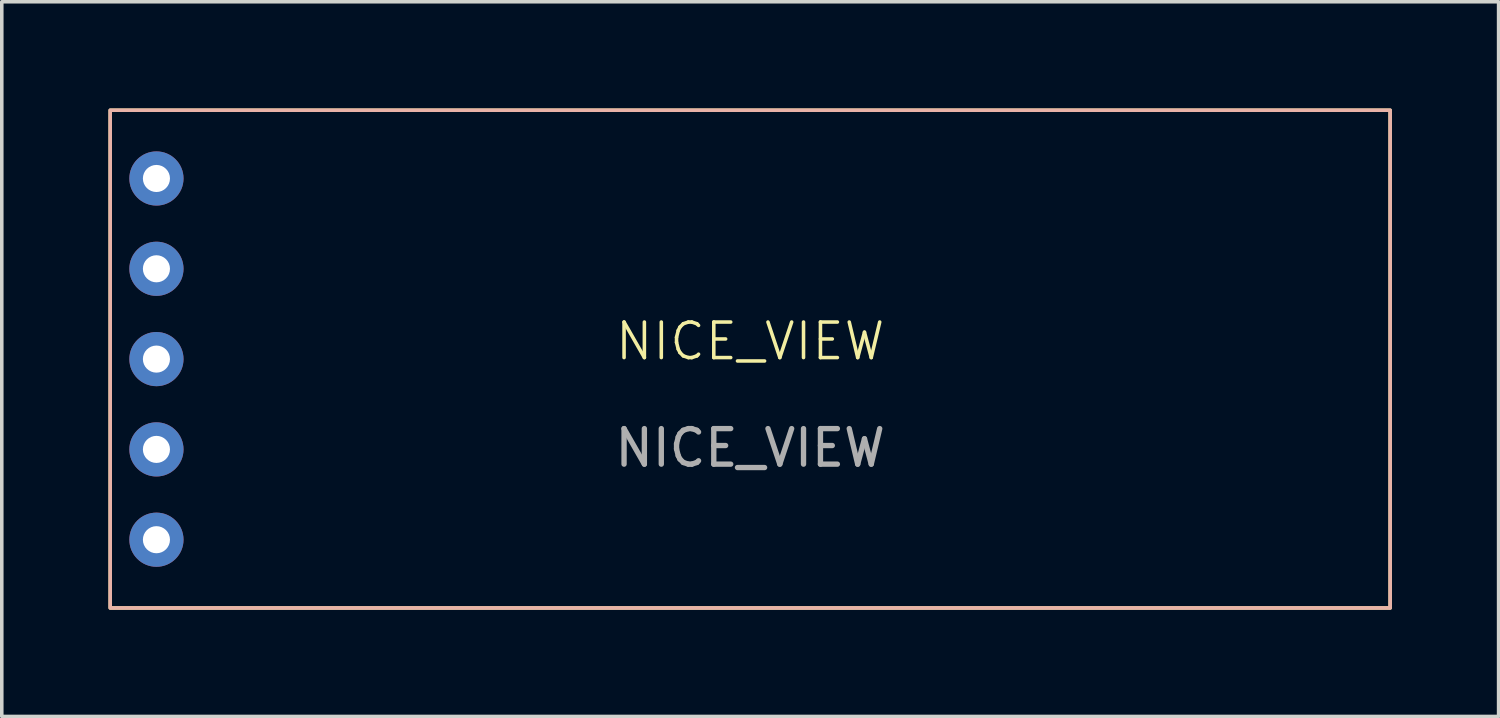
<source format=kicad_pcb>
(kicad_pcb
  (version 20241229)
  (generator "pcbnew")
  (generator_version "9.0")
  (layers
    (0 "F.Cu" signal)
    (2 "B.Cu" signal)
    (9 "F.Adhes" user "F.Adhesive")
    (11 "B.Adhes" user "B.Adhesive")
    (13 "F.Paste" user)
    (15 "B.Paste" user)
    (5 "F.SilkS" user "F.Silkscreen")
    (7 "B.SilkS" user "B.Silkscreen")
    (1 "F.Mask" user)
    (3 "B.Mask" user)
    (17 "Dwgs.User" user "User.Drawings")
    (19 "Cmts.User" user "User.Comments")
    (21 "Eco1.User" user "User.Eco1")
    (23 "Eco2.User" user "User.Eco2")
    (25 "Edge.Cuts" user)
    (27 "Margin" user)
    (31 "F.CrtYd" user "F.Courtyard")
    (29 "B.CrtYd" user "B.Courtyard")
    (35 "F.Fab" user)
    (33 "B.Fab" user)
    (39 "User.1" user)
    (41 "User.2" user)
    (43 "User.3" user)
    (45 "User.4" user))
  (footprint "NICE_VIEW"
    (layer "F.Cu")
    (at 18.05 7.05)
    (property "Reference" "NICE_VIEW" (at 0 -0.5 0) (unlocked yes) (layer "F.SilkS") (effects (font (size 1 1) (thickness 0.1))))
    (attr through_hole)
    (fp_rect (start -18 -7) (end 18 7) (stroke (width 0.1) (type default)) (fill no) (layer "F.SilkS"))
    (fp_rect (start -18 -7) (end 18 7) (stroke (width 0.1) (type default)) (fill no) (layer "B.SilkS"))
    (fp_text user "${REFERENCE}" (at 0 2.5 0) (unlocked yes) (layer "F.Fab") (effects (font (size 1 1) (thickness 0.15))))
    (pad "1" thru_hole circle (at -16.7 -5.08) (size 1.524 1.524) (drill 0.762) (layers "*.Cu" "*.Mask"))
    (pad "2" thru_hole circle (at -16.7 -2.54) (size 1.524 1.524) (drill 0.762) (layers "*.Cu" "*.Mask"))
    (pad "3" thru_hole circle (at -16.7 0) (size 1.524 1.524) (drill 0.762) (layers "*.Cu" "*.Mask"))
    (pad "4" thru_hole circle (at -16.7 2.54) (size 1.524 1.524) (drill 0.762) (layers "*.Cu" "*.Mask"))
    (pad "5" thru_hole circle (at -16.7 5.08) (size 1.524 1.524) (drill 0.762) (layers "*.Cu" "*.Mask")))
  (gr_rect
    (start -3 -3)
    (end 39.1 17.1)
    (stroke (width 0.1) (type default))
    (fill no)
    (layer "Edge.Cuts")))
</source>
